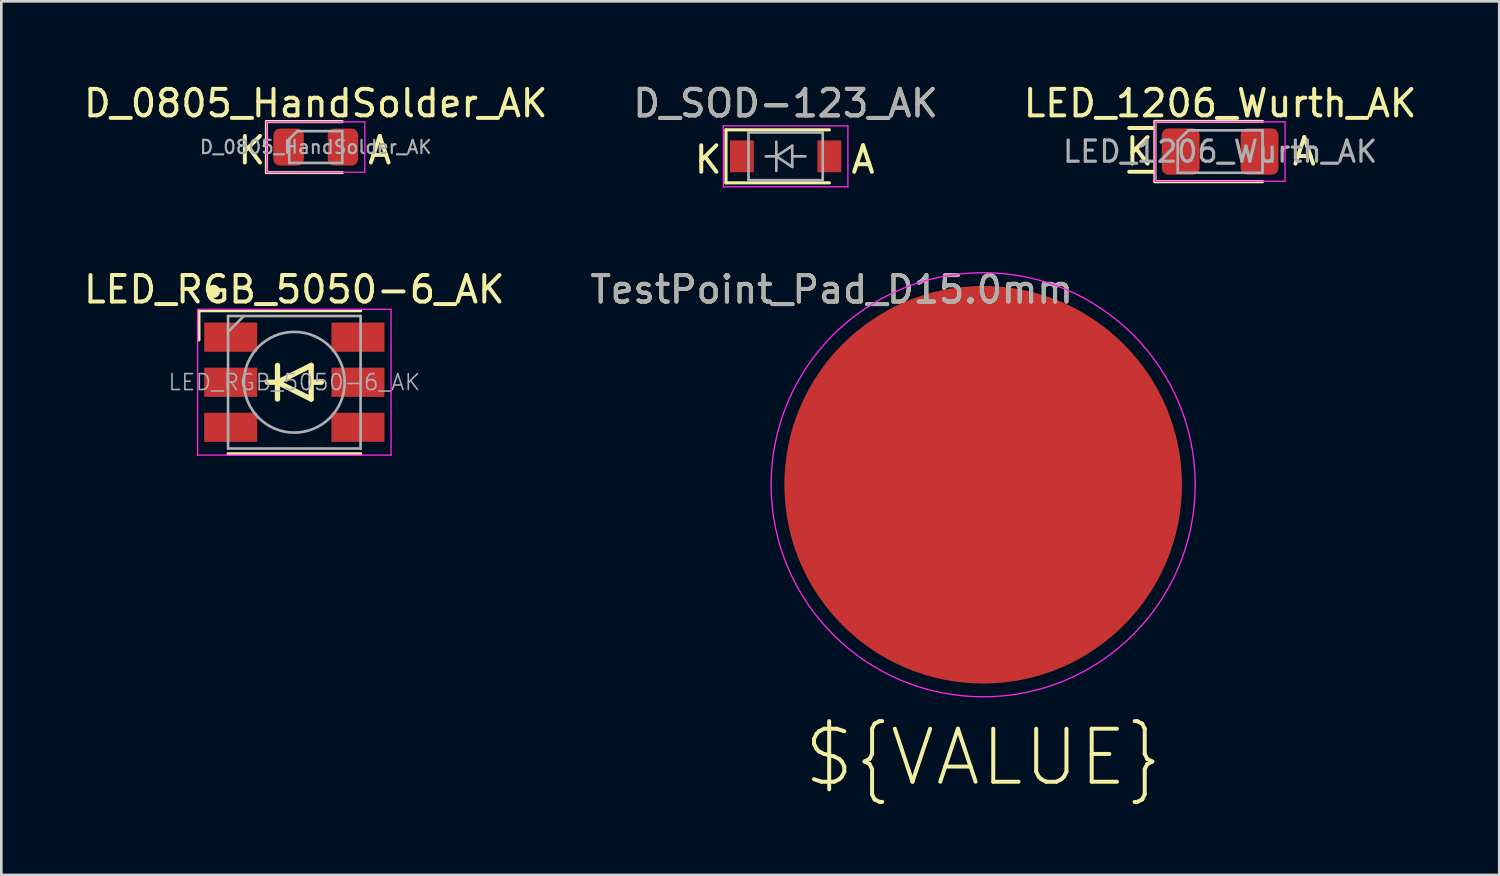
<source format=kicad_pcb>
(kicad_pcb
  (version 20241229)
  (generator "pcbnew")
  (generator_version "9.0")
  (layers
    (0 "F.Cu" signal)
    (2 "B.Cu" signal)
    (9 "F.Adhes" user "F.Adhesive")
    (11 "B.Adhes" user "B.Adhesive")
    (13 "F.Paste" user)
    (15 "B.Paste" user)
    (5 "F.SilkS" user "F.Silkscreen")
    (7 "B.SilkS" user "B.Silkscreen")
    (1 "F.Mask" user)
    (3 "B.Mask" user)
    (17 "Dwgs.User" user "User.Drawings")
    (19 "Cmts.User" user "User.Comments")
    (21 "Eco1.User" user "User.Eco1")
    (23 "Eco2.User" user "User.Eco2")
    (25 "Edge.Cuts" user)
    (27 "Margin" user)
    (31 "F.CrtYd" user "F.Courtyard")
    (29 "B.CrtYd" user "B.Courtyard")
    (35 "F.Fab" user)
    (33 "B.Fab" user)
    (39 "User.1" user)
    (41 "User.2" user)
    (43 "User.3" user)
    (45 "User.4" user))
  (footprint "TestPoint_Pad_D15.0mm"
    (layer "F.Cu")
    (at 34.042 15.238)
    (property "Reference" "TestPoint_Pad_D15.0mm" (at -5.715 -7.366 0) (layer "F.SilkS") (effects (font (size 1 1) (thickness 0.15))))
    (property "Value" "${VALUE}" (at 0 10.287 0) (layer "F.Fab") (hide yes) (effects (font (size 2 2) (thickness 0.15))))
    (attr exclude_from_pos_files exclude_from_bom)
    (fp_circle (center 0 0) (end 8 0) (stroke (width 0.05) (type solid)) (fill no) (layer "F.CrtYd"))
    (fp_text user "${VALUE}" (at 0 10.287 0) (layer "F.SilkS") (effects (font (size 2 2) (thickness 0.15))))
    (fp_text user "${REFERENCE}" (at -5.715 -7.366 0) (layer "F.Fab") (effects (font (size 1 1) (thickness 0.15))))
    (pad "1" smd circle (at 0 0) (size 15 15) (layers "F.Cu" "F.Mask")))
  (footprint "LED_RGB_5050-6_AK"
    (layer "F.Cu")
    (at 8.054 11.371)
    (property "Reference" "LED_RGB_5050-6_AK" (at 0 -3.5 180) (layer "F.SilkS") (effects (font (size 1 1) (thickness 0.15))))
    (attr smd)
    (fp_line (start -3.6 -2.7) (end 2.5 -2.7) (stroke (width 0.12) (type solid)) (layer "F.SilkS"))
    (fp_line (start -3.6 -1.6) (end -3.6 -2.7) (stroke (width 0.12) (type solid)) (layer "F.SilkS"))
    (fp_line (start -1.016 0) (end -0.635 0) (stroke (width 0.2) (type solid)) (layer "F.SilkS"))
    (fp_line (start -0.635 -0.635) (end -0.635 0.635) (stroke (width 0.2) (type solid)) (layer "F.SilkS"))
    (fp_line (start -0.635 0) (end 0.635 -0.635) (stroke (width 0.2) (type solid)) (layer "F.SilkS"))
    (fp_line (start 0.635 -0.635) (end 0.635 0.635) (stroke (width 0.2) (type solid)) (layer "F.SilkS"))
    (fp_line (start 0.635 0) (end 1.016 0) (stroke (width 0.2) (type solid)) (layer "F.SilkS"))
    (fp_line (start 0.635 0.635) (end -0.635 0) (stroke (width 0.2) (type solid)) (layer "F.SilkS"))
    (fp_line (start 2.5 2.7) (end -2.5 2.7) (stroke (width 0.12) (type solid)) (layer "F.SilkS"))
    (fp_circle (center -3.048 -3.429) (end -2.923 -3.429) (stroke (width 0.25) (type solid)) (fill no) (layer "F.SilkS"))
    (fp_line (start -3.65 -2.75) (end -3.65 2.75) (stroke (width 0.05) (type solid)) (layer "F.CrtYd"))
    (fp_line (start -3.65 2.75) (end 3.65 2.75) (stroke (width 0.05) (type solid)) (layer "F.CrtYd"))
    (fp_line (start 3.65 -2.75) (end -3.65 -2.75) (stroke (width 0.05) (type solid)) (layer "F.CrtYd"))
    (fp_line (start 3.65 2.75) (end 3.65 -2.75) (stroke (width 0.05) (type solid)) (layer "F.CrtYd"))
    (fp_line (start -2.5 -2.5) (end -2.5 2.5) (stroke (width 0.1) (type solid)) (layer "F.Fab"))
    (fp_line (start -2.5 -1.9) (end -1.9 -2.5) (stroke (width 0.1) (type solid)) (layer "F.Fab"))
    (fp_line (start -2.5 2.5) (end 2.5 2.5) (stroke (width 0.1) (type solid)) (layer "F.Fab"))
    (fp_line (start 2.5 -2.5) (end -2.5 -2.5) (stroke (width 0.1) (type solid)) (layer "F.Fab"))
    (fp_line (start 2.5 2.5) (end 2.5 -2.5) (stroke (width 0.1) (type solid)) (layer "F.Fab"))
    (fp_circle (center 0 0) (end 0 -1.9) (stroke (width 0.1) (type solid)) (fill no) (layer "F.Fab"))
    (fp_text user "${REFERENCE}" (at 0 0 0) (layer "F.Fab") (effects (font (size 0.6 0.6) (thickness 0.06))))
    (pad "1" smd rect (at -2.4 -1.7 90) (size 1.1 2) (layers "F.Cu" "F.Mask" "F.Paste"))
    (pad "2" smd rect (at -2.4 0 90) (size 1.1 2) (layers "F.Cu" "F.Mask" "F.Paste"))
    (pad "3" smd rect (at -2.4 1.7 90) (size 1.1 2) (layers "F.Cu" "F.Mask" "F.Paste"))
    (pad "4" smd rect (at 2.4 1.7 90) (size 1.1 2) (layers "F.Cu" "F.Mask" "F.Paste"))
    (pad "5" smd rect (at 2.4 0 90) (size 1.1 2) (layers "F.Cu" "F.Mask" "F.Paste"))
    (pad "6" smd rect (at 2.4 -1.7 90) (size 1.1 2) (layers "F.Cu" "F.Mask" "F.Paste")))
  (footprint "LED_1206_Wurth_AK"
    (layer "F.Cu")
    (at 42.982 2.668)
    (property "Reference" "LED_1206_Wurth_AK" (at 0 -1.82 0) (layer "F.SilkS") (effects (font (size 1 1) (thickness 0.15))))
    (attr smd)
    (fp_line (start -2.54 -0.889) (end -3.429 -0.889) (stroke (width 0.15) (type solid)) (layer "F.SilkS"))
    (fp_line (start -2.54 0.762) (end -3.429 0.762) (stroke (width 0.15) (type solid)) (layer "F.SilkS"))
    (fp_line (start -2.46 -1.135) (end -2.46 1.135) (stroke (width 0.12) (type solid)) (layer "F.SilkS"))
    (fp_line (start -2.46 1.135) (end 1.6 1.135) (stroke (width 0.12) (type solid)) (layer "F.SilkS"))
    (fp_line (start 1.6 -1.135) (end -2.46 -1.135) (stroke (width 0.12) (type solid)) (layer "F.SilkS"))
    (fp_line (start -2.45 -1.12) (end 2.45 -1.12) (stroke (width 0.05) (type solid)) (layer "F.CrtYd"))
    (fp_line (start -2.45 1.12) (end -2.45 -1.12) (stroke (width 0.05) (type solid)) (layer "F.CrtYd"))
    (fp_line (start 2.45 -1.12) (end 2.45 1.12) (stroke (width 0.05) (type solid)) (layer "F.CrtYd"))
    (fp_line (start 2.45 1.12) (end -2.45 1.12) (stroke (width 0.05) (type solid)) (layer "F.CrtYd"))
    (fp_line (start -1.6 -0.4) (end -1.6 0.8) (stroke (width 0.1) (type solid)) (layer "F.Fab"))
    (fp_line (start -1.6 0.8) (end 1.6 0.8) (stroke (width 0.1) (type solid)) (layer "F.Fab"))
    (fp_line (start -1.2 -0.8) (end -1.6 -0.4) (stroke (width 0.1) (type solid)) (layer "F.Fab"))
    (fp_line (start 1.6 -0.8) (end -1.2 -0.8) (stroke (width 0.1) (type solid)) (layer "F.Fab"))
    (fp_line (start 1.6 0.8) (end 1.6 -0.8) (stroke (width 0.1) (type solid)) (layer "F.Fab"))
    (fp_text user "A" (at 3.175 0 0) (layer "F.SilkS") (effects (font (size 1 1) (thickness 0.15))))
    (fp_text user "K" (at -3.048 0 0) (layer "F.SilkS") (effects (font (size 1 1) (thickness 0.15))))
    (fp_text user "${REFERENCE}" (at 0 0 0) (layer "F.Fab") (effects (font (size 0.8 0.8) (thickness 0.12))))
    (pad "1" smd roundrect (at -1.488 0) (size 1.425 1.75) (layers "F.Cu" "F.Mask" "F.Paste") (roundrect_rratio 0.175))
    (pad "2" smd roundrect (at 1.488 0) (size 1.425 1.75) (layers "F.Cu" "F.Mask" "F.Paste") (roundrect_rratio 0.175)))
  (footprint "D_0805_HandSolder_AK"
    (layer "F.Cu")
    (at 8.863 2.498)
    (property "Reference" "D_0805_HandSolder_AK" (at 0 -1.65 0) (layer "F.SilkS") (effects (font (size 1 1) (thickness 0.15))))
    (attr smd)
    (fp_line (start -1.86 -0.96) (end -1.86 0.96) (stroke (width 0.12) (type solid)) (layer "F.SilkS"))
    (fp_line (start -1.86 0.96) (end 1 0.96) (stroke (width 0.12) (type solid)) (layer "F.SilkS"))
    (fp_line (start 1 -0.96) (end -1.86 -0.96) (stroke (width 0.12) (type solid)) (layer "F.SilkS"))
    (fp_line (start -1.85 -0.95) (end 1.85 -0.95) (stroke (width 0.05) (type solid)) (layer "F.CrtYd"))
    (fp_line (start -1.85 0.95) (end -1.85 -0.95) (stroke (width 0.05) (type solid)) (layer "F.CrtYd"))
    (fp_line (start 1.85 -0.95) (end 1.85 0.95) (stroke (width 0.05) (type solid)) (layer "F.CrtYd"))
    (fp_line (start 1.85 0.95) (end -1.85 0.95) (stroke (width 0.05) (type solid)) (layer "F.CrtYd"))
    (fp_line (start -1 -0.3) (end -1 0.6) (stroke (width 0.1) (type solid)) (layer "F.Fab"))
    (fp_line (start -1 0.6) (end 1 0.6) (stroke (width 0.1) (type solid)) (layer "F.Fab"))
    (fp_line (start -0.7 -0.6) (end -1 -0.3) (stroke (width 0.1) (type solid)) (layer "F.Fab"))
    (fp_line (start 1 -0.6) (end -0.7 -0.6) (stroke (width 0.1) (type solid)) (layer "F.Fab"))
    (fp_line (start 1 0.6) (end 1 -0.6) (stroke (width 0.1) (type solid)) (layer "F.Fab"))
    (fp_text user "K" (at -2.413 0.127 0) (layer "F.SilkS") (effects (font (size 1 1) (thickness 0.15))))
    (fp_text user "A" (at 2.413 0.127 0) (layer "F.SilkS") (effects (font (size 1 1) (thickness 0.15))))
    (fp_text user "${REFERENCE}" (at 0 0 0) (layer "F.Fab") (effects (font (size 0.5 0.5) (thickness 0.08))))
    (pad "1" smd roundrect (at -1.025 0) (size 1.15 1.4) (layers "F.Cu" "F.Mask" "F.Paste") (roundrect_rratio 0.217))
    (pad "2" smd roundrect (at 1.025 0) (size 1.15 1.4) (layers "F.Cu" "F.Mask" "F.Paste") (roundrect_rratio 0.217)))
  (footprint "D_SOD-123_AK"
    (layer "F.Cu")
    (at 26.589 2.848)
    (property "Reference" "D_SOD-123_AK" (at 0 -2 0) (layer "F.SilkS") (effects (font (size 1 1) (thickness 0.15))))
    (attr smd)
    (fp_line (start -2.25 -1) (end -2.25 1) (stroke (width 0.12) (type solid)) (layer "F.SilkS"))
    (fp_line (start -2.25 -1) (end 1.65 -1) (stroke (width 0.12) (type solid)) (layer "F.SilkS"))
    (fp_line (start -2.25 1) (end 1.65 1) (stroke (width 0.12) (type solid)) (layer "F.SilkS"))
    (fp_line (start -2.35 -1.15) (end -2.35 1.15) (stroke (width 0.05) (type solid)) (layer "F.CrtYd"))
    (fp_line (start -2.35 -1.15) (end 2.35 -1.15) (stroke (width 0.05) (type solid)) (layer "F.CrtYd"))
    (fp_line (start 2.35 -1.15) (end 2.35 1.15) (stroke (width 0.05) (type solid)) (layer "F.CrtYd"))
    (fp_line (start 2.35 1.15) (end -2.35 1.15) (stroke (width 0.05) (type solid)) (layer "F.CrtYd"))
    (fp_line (start -1.4 -0.9) (end 1.4 -0.9) (stroke (width 0.1) (type solid)) (layer "F.Fab"))
    (fp_line (start -1.4 0.9) (end -1.4 -0.9) (stroke (width 0.1) (type solid)) (layer "F.Fab"))
    (fp_line (start -0.75 0) (end -0.35 0) (stroke (width 0.1) (type solid)) (layer "F.Fab"))
    (fp_line (start -0.35 0) (end -0.35 -0.55) (stroke (width 0.1) (type solid)) (layer "F.Fab"))
    (fp_line (start -0.35 0) (end -0.35 0.55) (stroke (width 0.1) (type solid)) (layer "F.Fab"))
    (fp_line (start -0.35 0) (end 0.25 -0.4) (stroke (width 0.1) (type solid)) (layer "F.Fab"))
    (fp_line (start 0.25 -0.4) (end 0.25 0.4) (stroke (width 0.1) (type solid)) (layer "F.Fab"))
    (fp_line (start 0.25 0) (end 0.75 0) (stroke (width 0.1) (type solid)) (layer "F.Fab"))
    (fp_line (start 0.25 0.4) (end -0.35 0) (stroke (width 0.1) (type solid)) (layer "F.Fab"))
    (fp_line (start 1.4 -0.9) (end 1.4 0.9) (stroke (width 0.1) (type solid)) (layer "F.Fab"))
    (fp_line (start 1.4 0.9) (end -1.4 0.9) (stroke (width 0.1) (type solid)) (layer "F.Fab"))
    (fp_text user "A" (at 2.921 0.127 0) (layer "F.SilkS") (effects (font (size 1 1) (thickness 0.15))))
    (fp_text user "K" (at -2.921 0.127 0) (layer "F.SilkS") (effects (font (size 1 1) (thickness 0.15))))
    (fp_text user "${REFERENCE}" (at 0 -2 0) (layer "F.Fab") (effects (font (size 1 1) (thickness 0.15))))
    (pad "1" smd rect (at -1.65 0) (size 0.9 1.2) (layers "F.Cu" "F.Mask" "F.Paste"))
    (pad "2" smd rect (at 1.65 0) (size 0.9 1.2) (layers "F.Cu" "F.Mask" "F.Paste")))
  (gr_rect
    (start -3 -3)
    (end 53.512 29.958)
    (stroke (width 0.1) (type default))
    (fill no)
    (layer "Edge.Cuts")))
</source>
